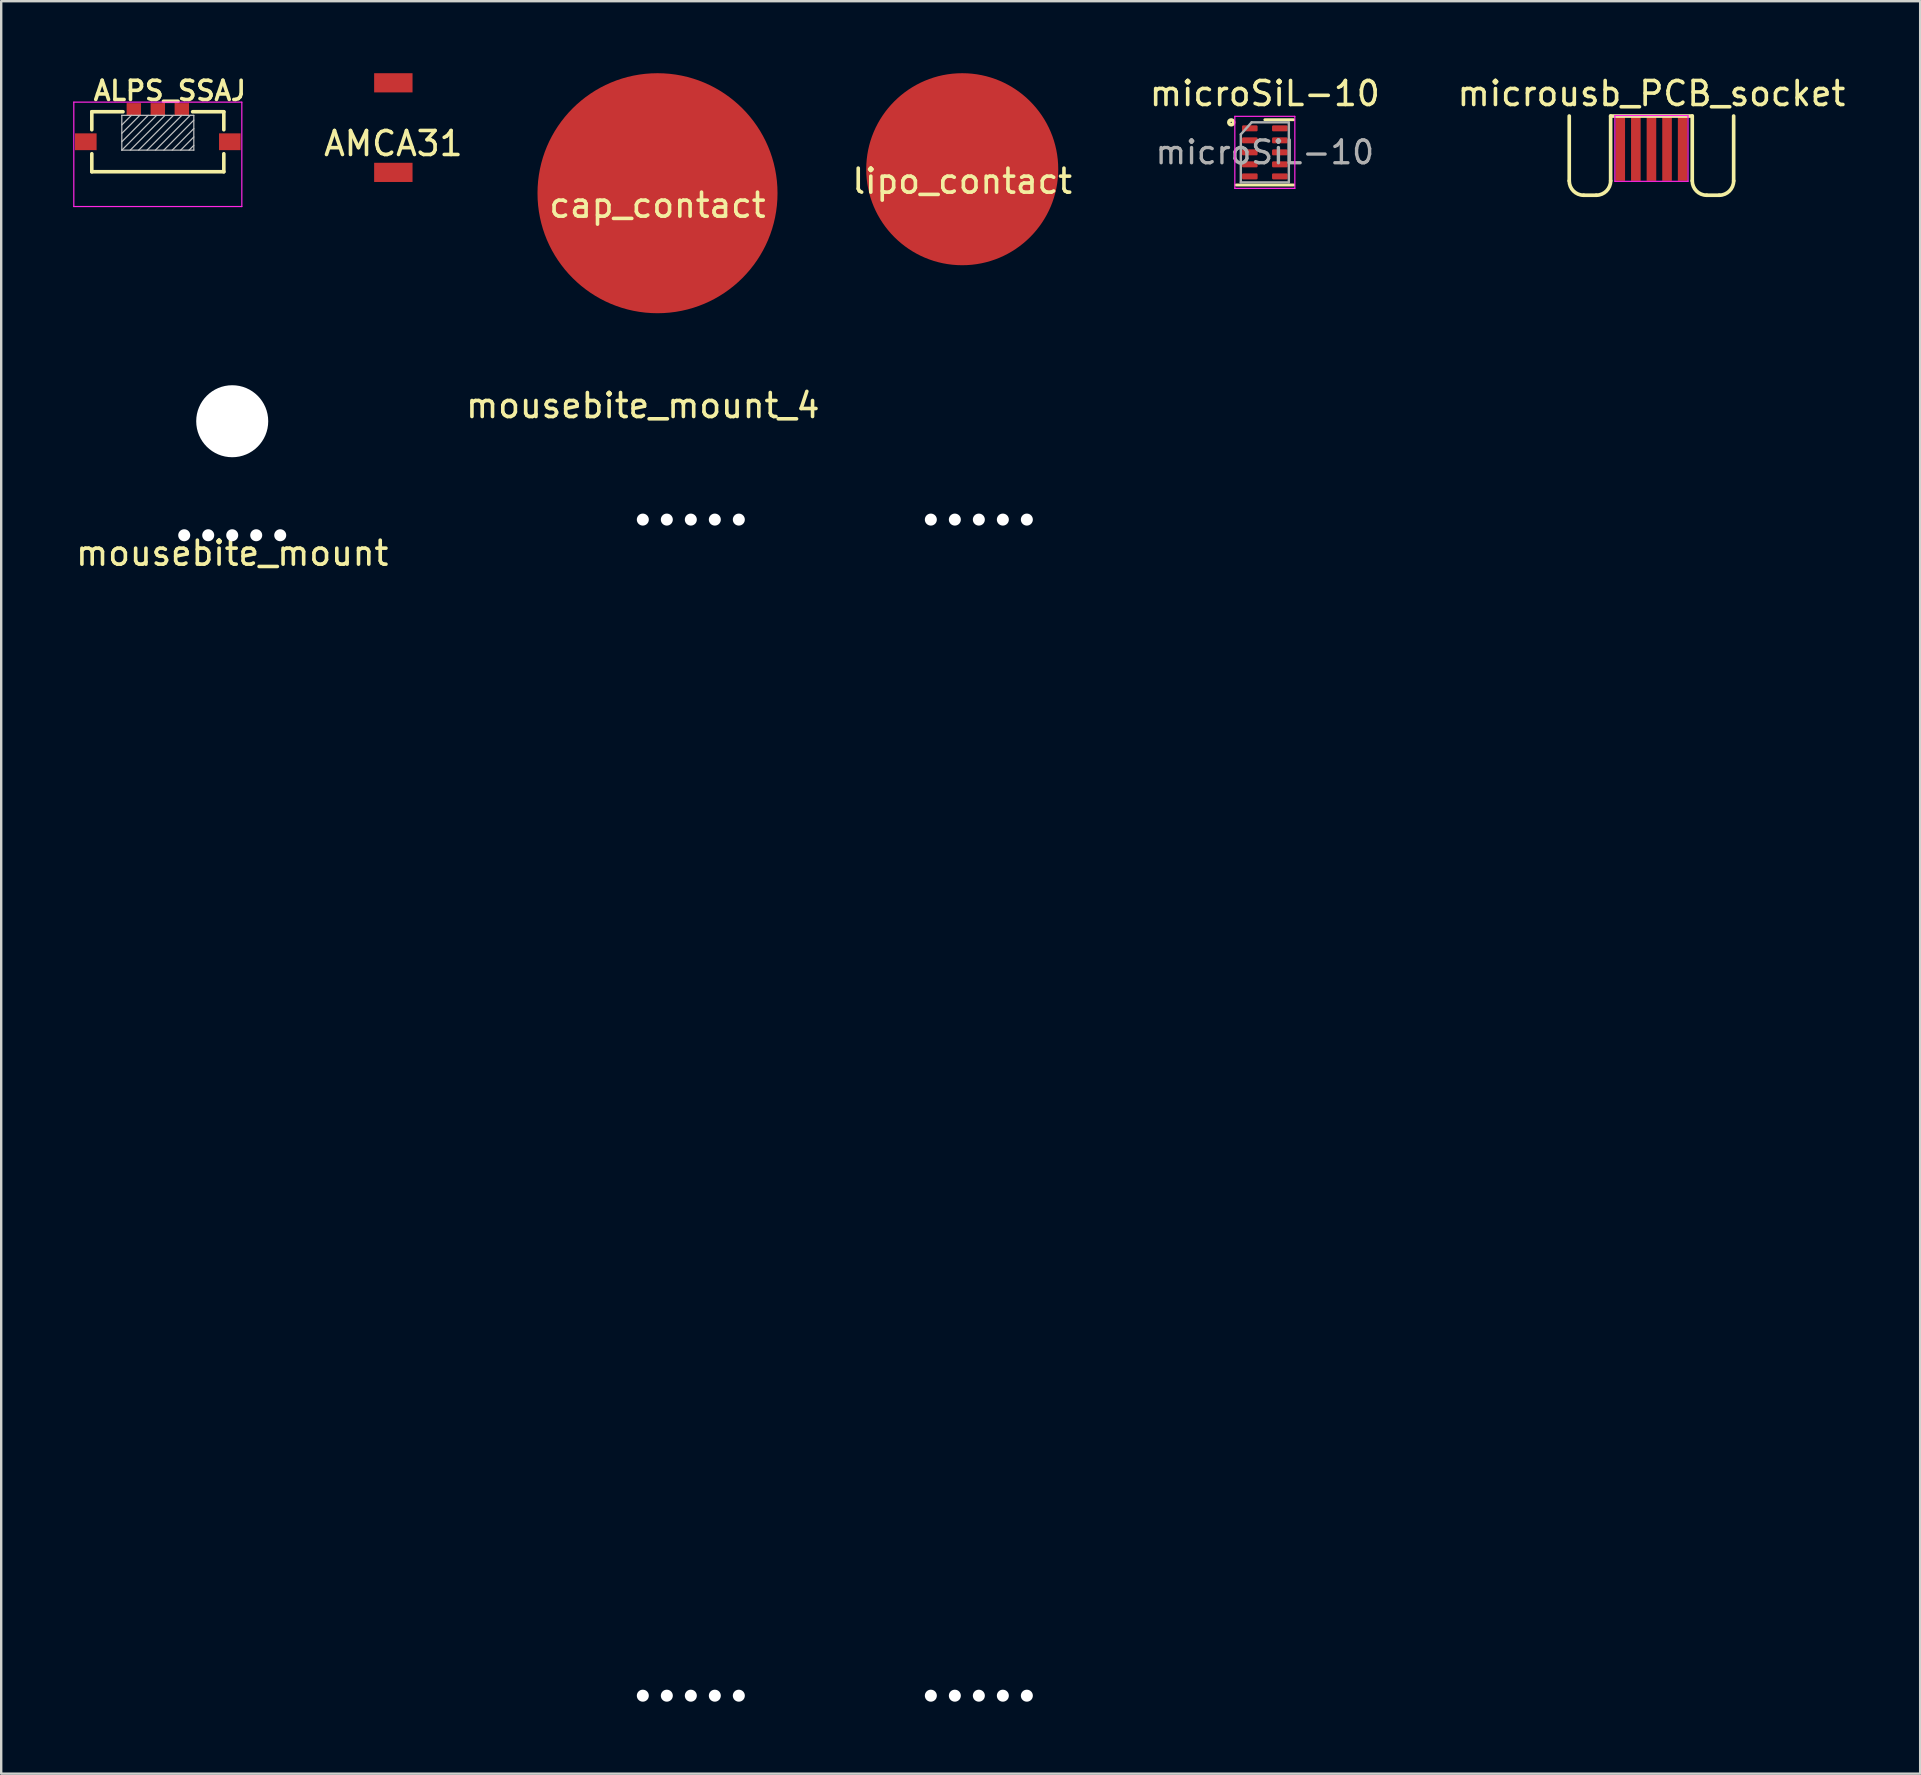
<source format=kicad_pcb>
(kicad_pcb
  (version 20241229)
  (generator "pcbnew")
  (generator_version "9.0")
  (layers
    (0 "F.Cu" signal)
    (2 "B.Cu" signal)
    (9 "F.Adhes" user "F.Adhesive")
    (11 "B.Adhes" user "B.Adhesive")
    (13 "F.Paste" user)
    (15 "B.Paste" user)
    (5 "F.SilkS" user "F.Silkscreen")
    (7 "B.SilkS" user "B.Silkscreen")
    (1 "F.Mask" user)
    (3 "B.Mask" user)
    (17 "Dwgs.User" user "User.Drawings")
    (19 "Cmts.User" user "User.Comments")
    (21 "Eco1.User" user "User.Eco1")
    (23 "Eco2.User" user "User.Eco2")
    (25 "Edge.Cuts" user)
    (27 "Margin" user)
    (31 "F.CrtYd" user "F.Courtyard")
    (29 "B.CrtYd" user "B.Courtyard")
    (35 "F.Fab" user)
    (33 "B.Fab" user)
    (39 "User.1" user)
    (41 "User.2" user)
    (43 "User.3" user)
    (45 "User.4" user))
  (footprint "lipo_contact"
    (layer "F.Cu")
    (at 37.04 4)
    (property "Reference" "lipo_contact" (at 0 0.5 0) (layer "F.SilkS") (effects (font (size 1 1) (thickness 0.15))))
    (attr through_hole)
    (pad "1" smd circle (at 0 0) (size 8 8) (layers "F.Cu" "F.Mask")))
  (footprint "microSiL-10"
    (layer "F.Cu")
    (at 49.647 3.298)
    (property "Reference" "microSiL-10" (at 0 -2.45 0) (layer "F.SilkS") (effects (font (size 1 1) (thickness 0.15))))
    (attr smd)
    (fp_line (start -1.2 1.36) (end 1.2 1.36) (stroke (width 0.12) (type solid)) (layer "F.SilkS"))
    (fp_line (start 0 -1.36) (end 1.2 -1.36) (stroke (width 0.12) (type solid)) (layer "F.SilkS"))
    (fp_circle (center -1.4 -1.25) (end -1.3 -1.25) (stroke (width 0.15) (type solid)) (fill no) (layer "F.SilkS"))
    (fp_line (start -1.25 -1.5) (end -1.25 1.5) (stroke (width 0.05) (type solid)) (layer "F.CrtYd"))
    (fp_line (start -1.25 1.5) (end 1.25 1.5) (stroke (width 0.05) (type solid)) (layer "F.CrtYd"))
    (fp_line (start 1.25 -1.5) (end -1.25 -1.5) (stroke (width 0.05) (type solid)) (layer "F.CrtYd"))
    (fp_line (start 1.25 1.5) (end 1.25 -1.5) (stroke (width 0.05) (type solid)) (layer "F.CrtYd"))
    (fp_line (start -1 -0.75) (end -0.55 -1.25) (stroke (width 0.1) (type solid)) (layer "F.Fab"))
    (fp_line (start -1 1.25) (end -1 -0.75) (stroke (width 0.1) (type solid)) (layer "F.Fab"))
    (fp_line (start -0.55 -1.25) (end 1 -1.25) (stroke (width 0.1) (type solid)) (layer "F.Fab"))
    (fp_line (start 1 -1.25) (end 1 1.25) (stroke (width 0.1) (type solid)) (layer "F.Fab"))
    (fp_line (start 1 1.25) (end -1 1.25) (stroke (width 0.1) (type solid)) (layer "F.Fab"))
    (fp_text user "${REFERENCE}" (at 0 0 0) (layer "F.Fab") (effects (font (size 0.95 0.95) (thickness 0.14))))
    (pad "1" smd roundrect (at -0.625 -1) (size 0.65 0.25) (layers "F.Cu" "F.Mask" "F.Paste") (roundrect_rratio 0.2))
    (pad "2" smd roundrect (at -0.625 -0.5) (size 0.65 0.25) (layers "F.Cu" "F.Mask" "F.Paste") (roundrect_rratio 0.2))
    (pad "3" smd roundrect (at -0.625 0) (size 0.65 0.25) (layers "F.Cu" "F.Mask" "F.Paste") (roundrect_rratio 0.2))
    (pad "4" smd roundrect (at -0.625 0.5) (size 0.65 0.25) (layers "F.Cu" "F.Mask" "F.Paste") (roundrect_rratio 0.2))
    (pad "5" smd roundrect (at -0.625 1) (size 0.65 0.25) (layers "F.Cu" "F.Mask" "F.Paste") (roundrect_rratio 0.2))
    (pad "6" smd roundrect (at 0.625 1) (size 0.65 0.25) (layers "F.Cu" "F.Mask" "F.Paste") (roundrect_rratio 0.2))
    (pad "7" smd roundrect (at 0.625 0.5) (size 0.65 0.25) (layers "F.Cu" "F.Mask" "F.Paste") (roundrect_rratio 0.2))
    (pad "8" smd roundrect (at 0.625 0) (size 0.65 0.25) (layers "F.Cu" "F.Mask" "F.Paste") (roundrect_rratio 0.2))
    (pad "9" smd roundrect (at 0.625 -0.5) (size 0.65 0.25) (layers "F.Cu" "F.Mask" "F.Paste") (roundrect_rratio 0.2))
    (pad "10" smd roundrect (at 0.625 -1) (size 0.65 0.25) (layers "F.Cu" "F.Mask" "F.Paste") (roundrect_rratio 0.2)))
  (footprint "mousebite_mount"
    (layer "F.Cu")
    (at 6.625 19.5)
    (property "Reference" "mousebite_mount" (at 0 0.5 0) (layer "F.SilkS") (effects (font (size 1 1) (thickness 0.15))))
    (attr through_hole)
    (pad "" np_thru_hole circle (at -2 -0.25) (size 0.5 0.5) (drill 0.5) (layers "*.Cu" "*.Mask"))
    (pad "" np_thru_hole circle (at -1 -0.25) (size 0.5 0.5) (drill 0.5) (layers "*.Cu" "*.Mask"))
    (pad "" np_thru_hole circle (at 0 -5) (size 3 3) (drill 3) (layers "*.Cu" "*.Mask" "F.Paste"))
    (pad "" np_thru_hole circle (at 0 -0.25) (size 0.5 0.5) (drill 0.5) (layers "*.Cu" "*.Mask"))
    (pad "" np_thru_hole circle (at 1 -0.25) (size 0.5 0.5) (drill 0.5) (layers "*.Cu" "*.Mask"))
    (pad "" np_thru_hole circle (at 2 -0.25) (size 0.5 0.5) (drill 0.5) (layers "*.Cu" "*.Mask")))
  (footprint "cap_contact"
    (layer "F.Cu")
    (at 24.344 5)
    (property "Reference" "cap_contact" (at 0 0.5 0) (layer "F.SilkS") (effects (font (size 1 1) (thickness 0.15))))
    (attr through_hole)
    (pad "1" smd circle (at 0 0) (size 10 10) (layers "F.Cu" "F.Mask")))
  (footprint "ALPS_SSAJ"
    (layer "F.Cu")
    (at 3.525 2.856)
    (property "Reference" "ALPS_SSAJ" (at 0.5 -2.125 0) (layer "F.SilkS") (effects (font (size 0.8 0.8) (thickness 0.15))))
    (attr through_hole)
    (fp_line (start -2.75 -1.25) (end -1.45 -1.25) (stroke (width 0.15) (type solid)) (layer "F.SilkS"))
    (fp_line (start -2.75 -0.5) (end -2.75 -1.25) (stroke (width 0.15) (type solid)) (layer "F.SilkS"))
    (fp_line (start -2.75 1.25) (end -2.75 0.5) (stroke (width 0.15) (type solid)) (layer "F.SilkS"))
    (fp_line (start 2.75 -1.25) (end 1.45 -1.25) (stroke (width 0.15) (type solid)) (layer "F.SilkS"))
    (fp_line (start 2.75 -1.25) (end 2.75 -0.5) (stroke (width 0.15) (type solid)) (layer "F.SilkS"))
    (fp_line (start 2.75 0.5) (end 2.75 1.25) (stroke (width 0.15) (type solid)) (layer "F.SilkS"))
    (fp_line (start 2.75 1.25) (end -2.75 1.25) (stroke (width 0.15) (type solid)) (layer "F.SilkS"))
    (fp_line (start -1.5 -1.1) (end 1.5 -1.1) (stroke (width 0.05) (type solid)) (layer "Dwgs.User"))
    (fp_line (start -1.5 -0.7) (end -1.1 -1.1) (stroke (width 0.05) (type solid)) (layer "Dwgs.User"))
    (fp_line (start -1.5 -0.35) (end -0.75 -1.1) (stroke (width 0.05) (type solid)) (layer "Dwgs.User"))
    (fp_line (start -1.5 0) (end -0.4 -1.1) (stroke (width 0.05) (type solid)) (layer "Dwgs.User"))
    (fp_line (start -1.5 0.35) (end -1.5 -1.1) (stroke (width 0.05) (type solid)) (layer "Dwgs.User"))
    (fp_line (start -1.5 0.35) (end -0.05 -1.1) (stroke (width 0.05) (type solid)) (layer "Dwgs.User"))
    (fp_line (start -1.15 0.35) (end 0.3 -1.1) (stroke (width 0.05) (type solid)) (layer "Dwgs.User"))
    (fp_line (start -0.8 0.35) (end 0.65 -1.1) (stroke (width 0.05) (type solid)) (layer "Dwgs.User"))
    (fp_line (start -0.45 0.35) (end 1 -1.1) (stroke (width 0.05) (type solid)) (layer "Dwgs.User"))
    (fp_line (start -0.1 0.35) (end 1.35 -1.1) (stroke (width 0.05) (type solid)) (layer "Dwgs.User"))
    (fp_line (start 0.25 0.35) (end 1.5 -0.9) (stroke (width 0.05) (type solid)) (layer "Dwgs.User"))
    (fp_line (start 0.6 0.35) (end 1.5 -0.55) (stroke (width 0.05) (type solid)) (layer "Dwgs.User"))
    (fp_line (start 0.95 0.35) (end 1.5 -0.2) (stroke (width 0.05) (type solid)) (layer "Dwgs.User"))
    (fp_line (start 1.3 0.35) (end 1.5 0.15) (stroke (width 0.05) (type solid)) (layer "Dwgs.User"))
    (fp_line (start 1.5 -1.1) (end 1.5 0.35) (stroke (width 0.05) (type solid)) (layer "Dwgs.User"))
    (fp_line (start 1.5 0.35) (end -1.5 0.35) (stroke (width 0.05) (type solid)) (layer "Dwgs.User"))
    (fp_line (start -1.2 2.55) (end -1.2 1.25) (stroke (width 0.15) (type solid)) (layer "Eco1.User"))
    (fp_line (start 1.2 1.25) (end 1.2 2.55) (stroke (width 0.15) (type solid)) (layer "Eco1.User"))
    (fp_line (start 1.2 2.55) (end -1.2 2.55) (stroke (width 0.15) (type solid)) (layer "Eco1.User"))
    (fp_line (start -3.5 -1.65) (end -3.5 2.7) (stroke (width 0.05) (type solid)) (layer "F.CrtYd"))
    (fp_line (start -3.5 -1.65) (end 3.5 -1.65) (stroke (width 0.05) (type solid)) (layer "F.CrtYd"))
    (fp_line (start -3.5 2.7) (end 3.5 2.7) (stroke (width 0.05) (type solid)) (layer "F.CrtYd"))
    (fp_line (start 3.5 -1.65) (end 3.5 2.7) (stroke (width 0.05) (type solid)) (layer "F.CrtYd"))
    (pad "" smd rect (at -3 0) (size 0.9 0.7) (layers "F.Cu" "F.Mask" "F.Paste"))
    (pad "" smd rect (at 3 0) (size 0.9 0.7) (layers "F.Cu" "F.Mask" "F.Paste"))
    (pad "1" smd rect (at -1 -1.355) (size 0.6 0.51) (layers "F.Cu" "F.Mask" "F.Paste"))
    (pad "2" smd rect (at 0 -1.355) (size 0.6 0.51) (layers "F.Cu" "F.Mask" "F.Paste"))
    (pad "3" smd rect (at 1 -1.355) (size 0.6 0.51) (layers "F.Cu" "F.Mask" "F.Paste")))
  (footprint "AMCA31"
    (layer "F.Cu")
    (at 13.338 2.432)
    (property "Reference" "AMCA31" (at 0 0.5 0) (layer "F.SilkS") (effects (font (size 1 1) (thickness 0.15))))
    (attr through_hole)
    (pad "1" smd rect (at 0 1.7) (size 1.6 0.8) (layers "F.Cu" "F.Mask" "F.Paste"))
    (pad "2" smd rect (at 0 -2.032) (size 1.6 0.8) (layers "F.Cu" "F.Mask" "F.Paste")))
  (footprint "mousebite_mount_4"
    (layer "F.Cu")
    (at 23.732 18.848)
    (property "Reference" "mousebite_mount_4" (at 0 -5 180) (layer "F.SilkS") (effects (font (size 1 1) (thickness 0.15))))
    (attr through_hole)
    (pad "" np_thru_hole circle (at 0 -0.25) (size 0.5 0.5) (drill 0.5) (layers "*.Cu" "*.Mask"))
    (pad "" np_thru_hole circle (at 0 48.75) (size 0.5 0.5) (drill 0.5) (layers "*.Cu" "*.Mask"))
    (pad "" np_thru_hole circle (at 1 -0.25) (size 0.5 0.5) (drill 0.5) (layers "*.Cu" "*.Mask"))
    (pad "" np_thru_hole circle (at 1 48.75) (size 0.5 0.5) (drill 0.5) (layers "*.Cu" "*.Mask"))
    (pad "" np_thru_hole circle (at 2 -0.25) (size 0.5 0.5) (drill 0.5) (layers "*.Cu" "*.Mask"))
    (pad "" np_thru_hole circle (at 2 48.75) (size 0.5 0.5) (drill 0.5) (layers "*.Cu" "*.Mask"))
    (pad "" np_thru_hole circle (at 3 -0.25) (size 0.5 0.5) (drill 0.5) (layers "*.Cu" "*.Mask"))
    (pad "" np_thru_hole circle (at 3 48.75) (size 0.5 0.5) (drill 0.5) (layers "*.Cu" "*.Mask"))
    (pad "" np_thru_hole circle (at 4 -0.25) (size 0.5 0.5) (drill 0.5) (layers "*.Cu" "*.Mask"))
    (pad "" np_thru_hole circle (at 4 48.75) (size 0.5 0.5) (drill 0.5) (layers "*.Cu" "*.Mask"))
    (pad "" np_thru_hole circle (at 12 -0.25) (size 0.5 0.5) (drill 0.5) (layers "*.Cu" "*.Mask"))
    (pad "" np_thru_hole circle (at 12 48.75) (size 0.5 0.5) (drill 0.5) (layers "*.Cu" "*.Mask"))
    (pad "" np_thru_hole circle (at 13 -0.25) (size 0.5 0.5) (drill 0.5) (layers "*.Cu" "*.Mask"))
    (pad "" np_thru_hole circle (at 13 48.75) (size 0.5 0.5) (drill 0.5) (layers "*.Cu" "*.Mask"))
    (pad "" np_thru_hole circle (at 14 -0.25) (size 0.5 0.5) (drill 0.5) (layers "*.Cu" "*.Mask"))
    (pad "" np_thru_hole circle (at 14 48.75) (size 0.5 0.5) (drill 0.5) (layers "*.Cu" "*.Mask"))
    (pad "" np_thru_hole circle (at 15 -0.25) (size 0.5 0.5) (drill 0.5) (layers "*.Cu" "*.Mask"))
    (pad "" np_thru_hole circle (at 15 48.75) (size 0.5 0.5) (drill 0.5) (layers "*.Cu" "*.Mask"))
    (pad "" np_thru_hole circle (at 16 -0.25) (size 0.5 0.5) (drill 0.5) (layers "*.Cu" "*.Mask"))
    (pad "" np_thru_hole circle (at 16 48.75) (size 0.5 0.5) (drill 0.5) (layers "*.Cu" "*.Mask")))
  (footprint "microusb_PCB_socket"
    (layer "F.Cu")
    (at 65.755 3.134)
    (property "Reference" "microusb_PCB_socket" (at 0 -2.286 0) (layer "F.SilkS") (effects (font (size 1 1) (thickness 0.15))))
    (attr smd)
    (fp_line (start -3.425 1.35) (end -3.425 -1.35) (stroke (width 0.152) (type solid)) (layer "F.SilkS"))
    (fp_line (start -2.825 1.95) (end -2.3 1.95) (stroke (width 0.152) (type solid)) (layer "F.SilkS"))
    (fp_line (start -1.7 -1.35) (end 1.7 -1.35) (stroke (width 0.152) (type solid)) (layer "F.SilkS"))
    (fp_line (start -1.7 1.35) (end -1.7 -1.35) (stroke (width 0.152) (type solid)) (layer "F.SilkS"))
    (fp_line (start 1.7 -1.35) (end 1.7 1.35) (stroke (width 0.152) (type solid)) (layer "F.SilkS"))
    (fp_line (start 2.3 1.95) (end 2.825 1.95) (stroke (width 0.152) (type solid)) (layer "F.SilkS"))
    (fp_line (start 3.425 1.35) (end 3.425 -1.35) (stroke (width 0.152) (type solid)) (layer "F.SilkS"))
    (fp_arc (start -2.825 1.95) (mid -3.249264 1.774264) (end -3.425 1.35) (stroke (width 0.1524) (type solid)) (layer "F.SilkS"))
    (fp_arc (start -1.7 1.35) (mid -1.875736 1.774264) (end -2.3 1.95) (stroke (width 0.1524) (type solid)) (layer "F.SilkS"))
    (fp_arc (start 2.3 1.95) (mid 1.875736 1.774264) (end 1.7 1.35) (stroke (width 0.1524) (type solid)) (layer "F.SilkS"))
    (fp_arc (start 3.425 1.35) (mid 3.249264 1.774264) (end 2.825 1.95) (stroke (width 0.1524) (type solid)) (layer "F.SilkS"))
    (fp_line (start -1.524 -1.37) (end -1.524 1.37) (stroke (width 0.05) (type solid)) (layer "F.CrtYd"))
    (fp_line (start -1.524 1.37) (end 1.524 1.37) (stroke (width 0.05) (type solid)) (layer "F.CrtYd"))
    (fp_line (start 1.524 -1.37) (end -1.524 -1.37) (stroke (width 0.05) (type solid)) (layer "F.CrtYd"))
    (fp_line (start 1.524 1.37) (end 1.524 -1.37) (stroke (width 0.05) (type solid)) (layer "F.CrtYd"))
    (pad "1" smd rect (at -1.3 0) (size 0.4 2.7) (layers "F.Cu" "F.Mask"))
    (pad "2" smd rect (at -0.65 0) (size 0.4 2.7) (layers "F.Cu" "F.Mask"))
    (pad "3" smd rect (at 0 0) (size 0.4 2.7) (layers "F.Cu" "F.Mask"))
    (pad "4" smd rect (at 0.65 0) (size 0.4 2.7) (layers "F.Cu" "F.Mask"))
    (pad "5" smd rect (at 1.3 0) (size 0.4 2.7) (layers "F.Cu" "F.Mask")))
  (gr_rect
    (start -3 -3)
    (end 76.951 70.848)
    (stroke (width 0.1) (type default))
    (fill no)
    (layer "Edge.Cuts")))
</source>
